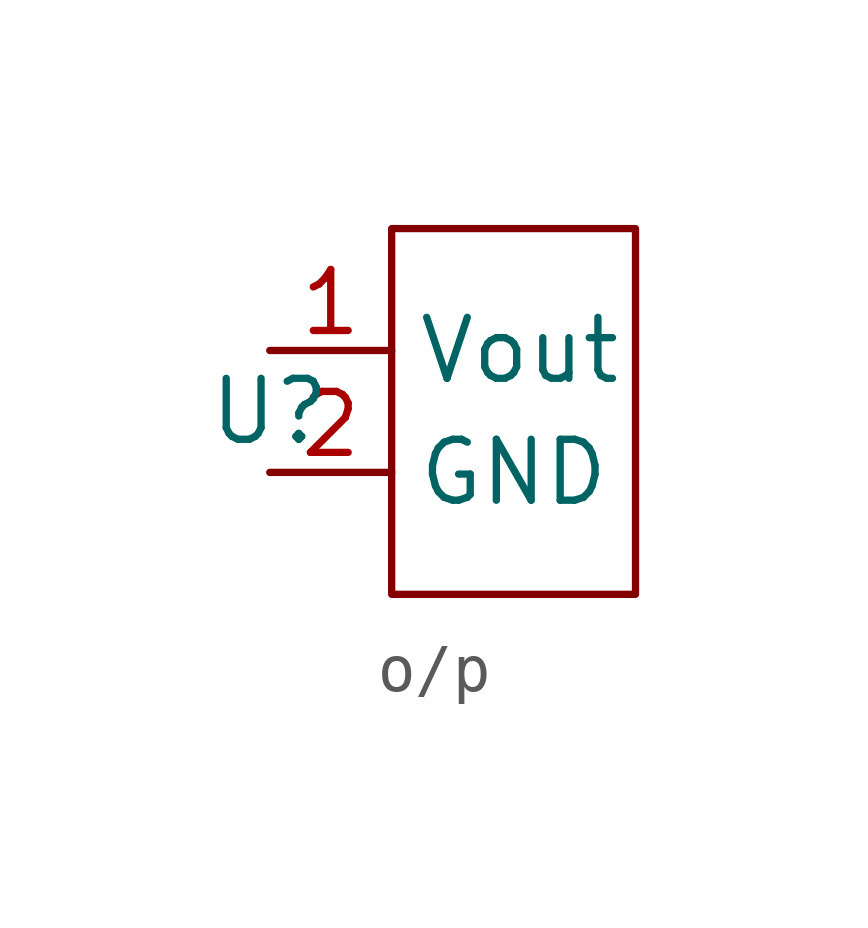
<source format=kicad_sym>
(kicad_symbol_lib
  (version 20241209)
  (generator "kicad_symbol_editor")
  (generator_version "9.0")
  (symbol "o/p"
    (property "Reference" "U"
      (at 0 0 0)
      (effects (font (size 1.27 1.27))))
    (property "Value" ""
      (at 0 0 0)
      (effects (font (size 1.27 1.27))))
    (symbol "o/p_0_1"
      (rectangle (start 2.54 3.81) (end 7.62 -3.81) (stroke (width 0) (type default)) (fill (type none))))
    (symbol "o/p_1_1"
      (pin output line (at 0 1.27 0) (length 2.54) (name "Vout" (effects (font (size 1.27 1.27)))) (number "1" (effects (font (size 1.27 1.27)))))
      (pin output line (at 0 -1.27 0) (length 2.54) (name "GND" (effects (font (size 1.27 1.27)))) (number "2" (effects (font (size 1.27 1.27))))))))
</source>
